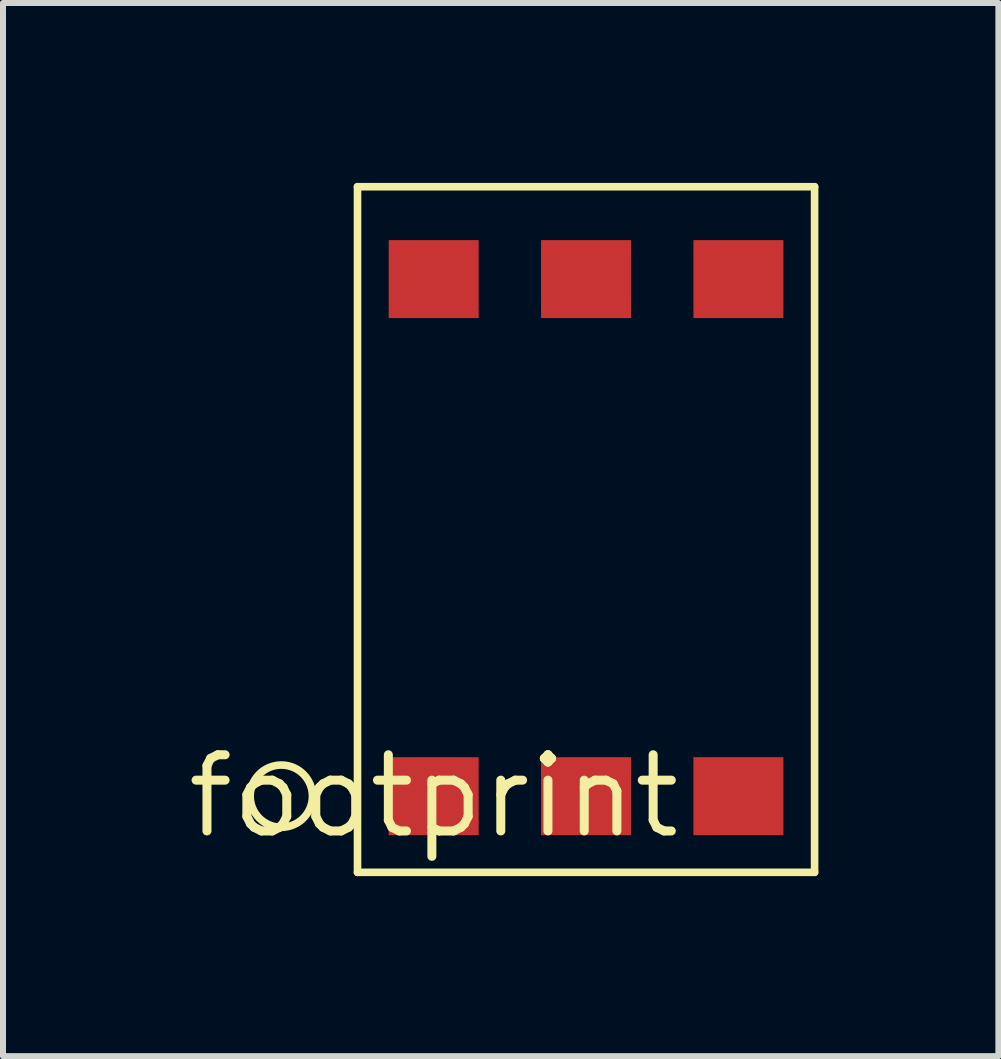
<source format=kicad_pcb>
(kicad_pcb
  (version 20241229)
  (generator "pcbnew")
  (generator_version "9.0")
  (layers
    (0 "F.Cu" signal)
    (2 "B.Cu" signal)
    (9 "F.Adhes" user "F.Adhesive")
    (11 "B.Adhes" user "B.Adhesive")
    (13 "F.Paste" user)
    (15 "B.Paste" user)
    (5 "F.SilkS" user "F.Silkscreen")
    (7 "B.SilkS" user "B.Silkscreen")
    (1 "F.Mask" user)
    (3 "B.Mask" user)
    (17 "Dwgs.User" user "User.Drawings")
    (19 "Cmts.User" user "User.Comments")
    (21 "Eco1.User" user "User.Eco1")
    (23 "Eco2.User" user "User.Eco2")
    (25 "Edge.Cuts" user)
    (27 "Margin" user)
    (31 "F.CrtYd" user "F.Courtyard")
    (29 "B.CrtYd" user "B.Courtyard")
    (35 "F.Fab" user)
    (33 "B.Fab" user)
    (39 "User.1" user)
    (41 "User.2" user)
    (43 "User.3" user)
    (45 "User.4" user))
  (footprint "footprint"
    (layer "F.Cu")
    (at 4.18 10.223)
    (property "Reference" "footprint" (at 0 0 0) (layer "F.SilkS") (effects (font (size 1.27 1.27) (thickness 0.15))))
    (fp_line (start -1.27 -10.16) (end -1.27 1.27) (stroke (width 0.127) (type solid)) (layer "F.SilkS"))
    (fp_line (start -1.27 1.27) (end 6.35 1.27) (stroke (width 0.127) (type solid)) (layer "F.SilkS"))
    (fp_line (start 6.35 -10.16) (end -1.27 -10.16) (stroke (width 0.127) (type solid)) (layer "F.SilkS"))
    (fp_line (start 6.35 1.27) (end 6.35 -10.16) (stroke (width 0.127) (type solid)) (layer "F.SilkS"))
    (fp_circle (center -2.54 0) (end -2.021 0) (stroke (width 0.127) (type solid)) (fill no) (layer "F.SilkS"))
    (pad "P$1" smd rect (at 0 0) (size 1.5 1.3) (layers "F.Cu" "F.Mask" "F.Paste"))
    (pad "P$2" smd rect (at 2.54 0) (size 1.5 1.3) (layers "F.Cu" "F.Mask" "F.Paste"))
    (pad "P$3" smd rect (at 5.08 0) (size 1.5 1.3) (layers "F.Cu" "F.Mask" "F.Paste"))
    (pad "P$4" smd rect (at 5.08 -8.62) (size 1.5 1.3) (layers "F.Cu" "F.Mask" "F.Paste"))
    (pad "P$5" smd rect (at 2.54 -8.62) (size 1.5 1.3) (layers "F.Cu" "F.Mask" "F.Paste"))
    (pad "P$6" smd rect (at 0 -8.62) (size 1.5 1.3) (layers "F.Cu" "F.Mask" "F.Paste")))
  (gr_rect
    (start -3 -3)
    (end 13.594 14.557)
    (stroke (width 0.1) (type default))
    (fill no)
    (layer "Edge.Cuts")))
</source>
